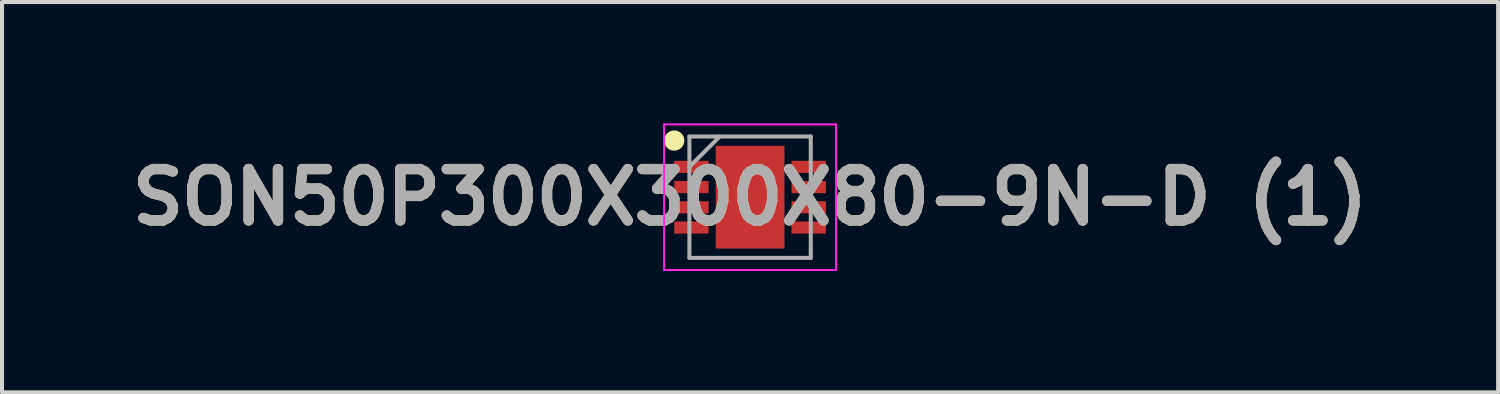
<source format=kicad_pcb>
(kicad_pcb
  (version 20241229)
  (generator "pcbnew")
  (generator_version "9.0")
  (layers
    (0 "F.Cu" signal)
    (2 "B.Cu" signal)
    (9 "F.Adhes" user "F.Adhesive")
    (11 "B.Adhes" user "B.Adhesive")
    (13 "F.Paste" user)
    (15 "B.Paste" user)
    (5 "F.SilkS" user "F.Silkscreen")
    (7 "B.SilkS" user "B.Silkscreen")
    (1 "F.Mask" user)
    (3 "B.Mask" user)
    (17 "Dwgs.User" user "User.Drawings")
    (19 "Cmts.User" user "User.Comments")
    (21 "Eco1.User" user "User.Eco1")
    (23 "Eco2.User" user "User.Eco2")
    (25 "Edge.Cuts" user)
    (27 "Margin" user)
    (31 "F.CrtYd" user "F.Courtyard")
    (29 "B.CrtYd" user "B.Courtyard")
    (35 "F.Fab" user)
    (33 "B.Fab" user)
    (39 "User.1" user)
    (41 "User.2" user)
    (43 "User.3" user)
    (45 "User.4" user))
  (footprint "SON50P300X300X80-9N-D (1)"
    (layer "F.Cu")
    (at 15.494 1.825)
    (property "Reference" "SON50P300X300X80-9N-D (1)" (at 0 0 0) (layer "F.SilkS") (effects (font (size 1.27 1.27) (thickness 0.254))))
    (attr smd)
    (fp_circle (center -1.875 -1.4) (end -1.875 -1.275) (stroke (width 0.25) (type solid)) (fill no) (layer "F.SilkS"))
    (fp_line (start -2.125 -1.8) (end 2.125 -1.8) (stroke (width 0.05) (type solid)) (layer "F.CrtYd"))
    (fp_line (start -2.125 1.8) (end -2.125 -1.8) (stroke (width 0.05) (type solid)) (layer "F.CrtYd"))
    (fp_line (start 2.125 -1.8) (end 2.125 1.8) (stroke (width 0.05) (type solid)) (layer "F.CrtYd"))
    (fp_line (start 2.125 1.8) (end -2.125 1.8) (stroke (width 0.05) (type solid)) (layer "F.CrtYd"))
    (fp_line (start -1.5 -1.5) (end 1.5 -1.5) (stroke (width 0.1) (type solid)) (layer "F.Fab"))
    (fp_line (start -1.5 -0.75) (end -0.75 -1.5) (stroke (width 0.1) (type solid)) (layer "F.Fab"))
    (fp_line (start -1.5 1.5) (end -1.5 -1.5) (stroke (width 0.1) (type solid)) (layer "F.Fab"))
    (fp_line (start 1.5 -1.5) (end 1.5 1.5) (stroke (width 0.1) (type solid)) (layer "F.Fab"))
    (fp_line (start 1.5 1.5) (end -1.5 1.5) (stroke (width 0.1) (type solid)) (layer "F.Fab"))
    (fp_text user "${REFERENCE}" (at 0 0 0) (layer "F.Fab") (effects (font (size 1.27 1.27) (thickness 0.254))))
    (pad "1" smd rect (at -1.45 -0.75 90) (size 0.3 0.85) (layers "F.Cu" "F.Mask" "F.Paste"))
    (pad "2" smd rect (at -1.45 -0.25 90) (size 0.3 0.85) (layers "F.Cu" "F.Mask" "F.Paste"))
    (pad "3" smd rect (at -1.45 0.25 90) (size 0.3 0.85) (layers "F.Cu" "F.Mask" "F.Paste"))
    (pad "4" smd rect (at -1.45 0.75 90) (size 0.3 0.85) (layers "F.Cu" "F.Mask" "F.Paste"))
    (pad "5" smd rect (at 1.45 0.75 90) (size 0.3 0.85) (layers "F.Cu" "F.Mask" "F.Paste"))
    (pad "6" smd rect (at 1.45 0.25 90) (size 0.3 0.85) (layers "F.Cu" "F.Mask" "F.Paste"))
    (pad "7" smd rect (at 1.45 -0.25 90) (size 0.3 0.85) (layers "F.Cu" "F.Mask" "F.Paste"))
    (pad "8" smd rect (at 1.45 -0.75 90) (size 0.3 0.85) (layers "F.Cu" "F.Mask" "F.Paste"))
    (pad "9" smd rect (at 0 0) (size 1.7 2.54) (layers "F.Cu" "F.Mask" "F.Paste")))
  (gr_rect
    (start -3 -3)
    (end 33.988 6.65)
    (stroke (width 0.1) (type default))
    (fill no)
    (layer "Edge.Cuts")))
</source>
